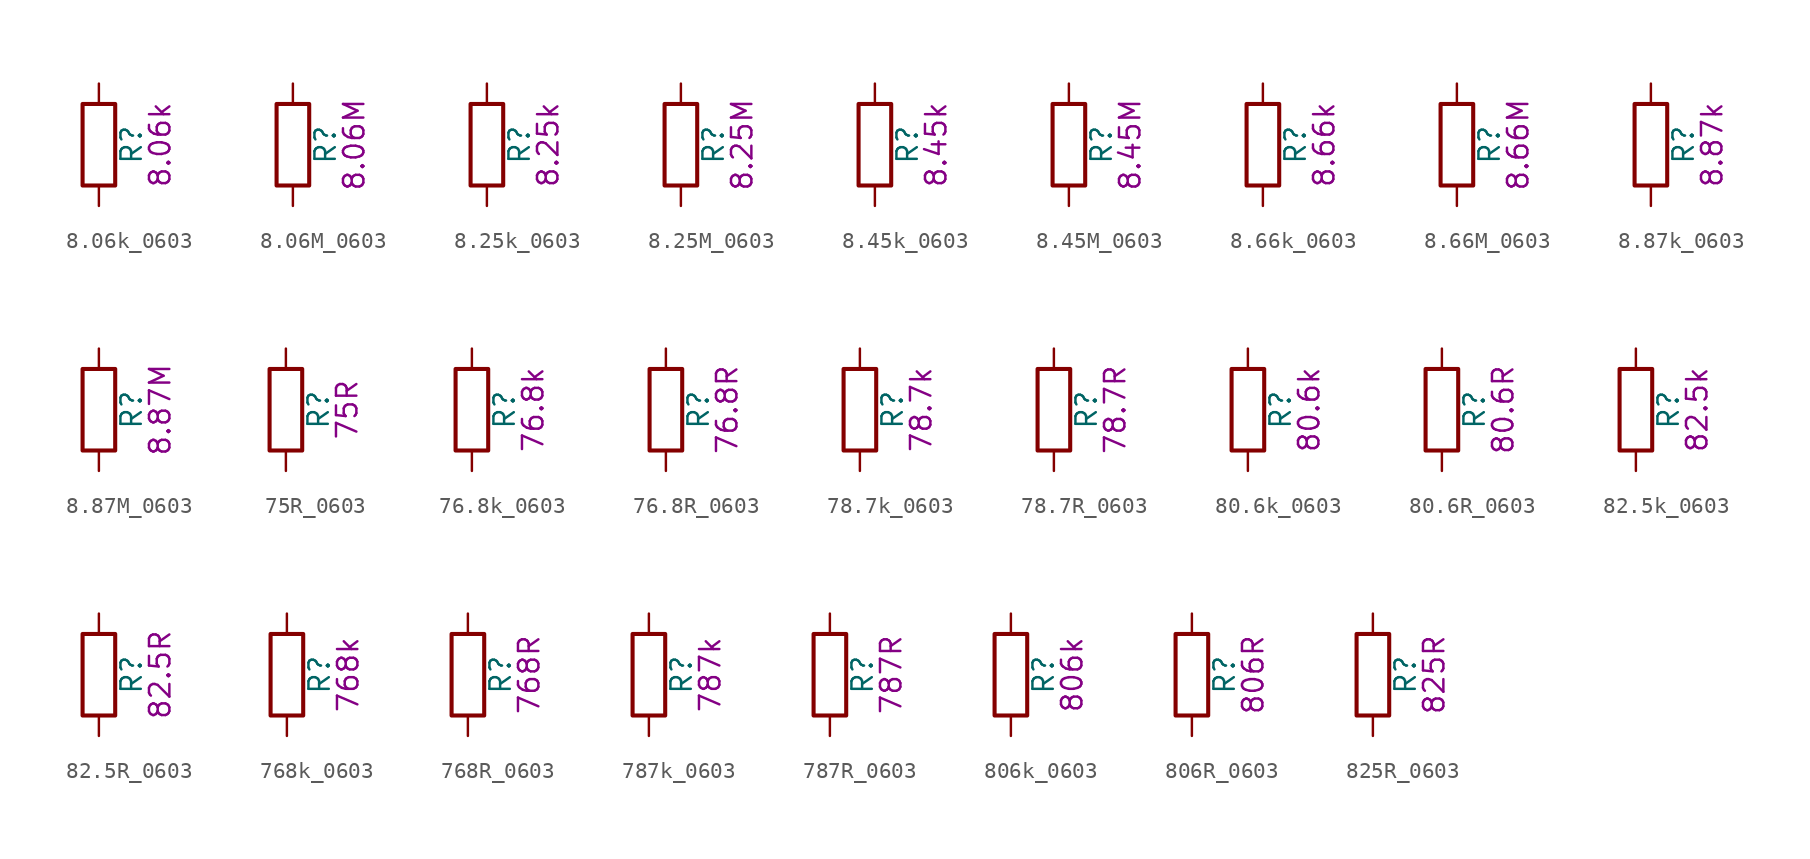
<source format=kicad_sym>
(kicad_symbol_lib
  (version 20211014)
  (generator kicad_symbol_editor)
  (symbol "8.06k_0603"
    (pin_numbers hide)
    (pin_names
      (offset 0))
    (property "Reference" "R"
      (at 2.032 0 90)
      (effects (font (size 1.27 1.27))))
    (property "Display" "8.06k"
      (at 3.81 0 90)
      (effects (font (size 1.27 1.27))))
    (symbol "8.06k_0603_0_1"
      (rectangle (start -1.016 -2.54) (end 1.016 2.54) (stroke (width 0.254) (type default) (color 0 0 0 0)) (fill (type none))))
    (symbol "8.06k_0603_1_1"
      (pin passive line (at 0 3.81 270) (length 1.27) (name "~" (effects (font (size 1.27 1.27)))) (number "1" (effects (font (size 1.27 1.27)))))
      (pin passive line (at 0 -3.81 90) (length 1.27) (name "~" (effects (font (size 1.27 1.27)))) (number "2" (effects (font (size 1.27 1.27)))))))
  (symbol "8.06M_0603"
    (pin_numbers hide)
    (pin_names
      (offset 0))
    (property "Reference" "R"
      (at 2.032 0 90)
      (effects (font (size 1.27 1.27))))
    (property "Display" "8.06M"
      (at 3.81 0 90)
      (effects (font (size 1.27 1.27))))
    (symbol "8.06M_0603_0_1"
      (rectangle (start -1.016 -2.54) (end 1.016 2.54) (stroke (width 0.254) (type default) (color 0 0 0 0)) (fill (type none))))
    (symbol "8.06M_0603_1_1"
      (pin passive line (at 0 3.81 270) (length 1.27) (name "~" (effects (font (size 1.27 1.27)))) (number "1" (effects (font (size 1.27 1.27)))))
      (pin passive line (at 0 -3.81 90) (length 1.27) (name "~" (effects (font (size 1.27 1.27)))) (number "2" (effects (font (size 1.27 1.27)))))))
  (symbol "8.25k_0603"
    (pin_numbers hide)
    (pin_names
      (offset 0))
    (property "Reference" "R"
      (at 2.032 0 90)
      (effects (font (size 1.27 1.27))))
    (property "Display" "8.25k"
      (at 3.81 0 90)
      (effects (font (size 1.27 1.27))))
    (symbol "8.25k_0603_0_1"
      (rectangle (start -1.016 -2.54) (end 1.016 2.54) (stroke (width 0.254) (type default) (color 0 0 0 0)) (fill (type none))))
    (symbol "8.25k_0603_1_1"
      (pin passive line (at 0 3.81 270) (length 1.27) (name "~" (effects (font (size 1.27 1.27)))) (number "1" (effects (font (size 1.27 1.27)))))
      (pin passive line (at 0 -3.81 90) (length 1.27) (name "~" (effects (font (size 1.27 1.27)))) (number "2" (effects (font (size 1.27 1.27)))))))
  (symbol "8.25M_0603"
    (pin_numbers hide)
    (pin_names
      (offset 0))
    (property "Reference" "R"
      (at 2.032 0 90)
      (effects (font (size 1.27 1.27))))
    (property "Display" "8.25M"
      (at 3.81 0 90)
      (effects (font (size 1.27 1.27))))
    (symbol "8.25M_0603_0_1"
      (rectangle (start -1.016 -2.54) (end 1.016 2.54) (stroke (width 0.254) (type default) (color 0 0 0 0)) (fill (type none))))
    (symbol "8.25M_0603_1_1"
      (pin passive line (at 0 3.81 270) (length 1.27) (name "~" (effects (font (size 1.27 1.27)))) (number "1" (effects (font (size 1.27 1.27)))))
      (pin passive line (at 0 -3.81 90) (length 1.27) (name "~" (effects (font (size 1.27 1.27)))) (number "2" (effects (font (size 1.27 1.27)))))))
  (symbol "8.45k_0603"
    (pin_numbers hide)
    (pin_names
      (offset 0))
    (property "Reference" "R"
      (at 2.032 0 90)
      (effects (font (size 1.27 1.27))))
    (property "Display" "8.45k"
      (at 3.81 0 90)
      (effects (font (size 1.27 1.27))))
    (symbol "8.45k_0603_0_1"
      (rectangle (start -1.016 -2.54) (end 1.016 2.54) (stroke (width 0.254) (type default) (color 0 0 0 0)) (fill (type none))))
    (symbol "8.45k_0603_1_1"
      (pin passive line (at 0 3.81 270) (length 1.27) (name "~" (effects (font (size 1.27 1.27)))) (number "1" (effects (font (size 1.27 1.27)))))
      (pin passive line (at 0 -3.81 90) (length 1.27) (name "~" (effects (font (size 1.27 1.27)))) (number "2" (effects (font (size 1.27 1.27)))))))
  (symbol "8.45M_0603"
    (pin_numbers hide)
    (pin_names
      (offset 0))
    (property "Reference" "R"
      (at 2.032 0 90)
      (effects (font (size 1.27 1.27))))
    (property "Display" "8.45M"
      (at 3.81 0 90)
      (effects (font (size 1.27 1.27))))
    (symbol "8.45M_0603_0_1"
      (rectangle (start -1.016 -2.54) (end 1.016 2.54) (stroke (width 0.254) (type default) (color 0 0 0 0)) (fill (type none))))
    (symbol "8.45M_0603_1_1"
      (pin passive line (at 0 3.81 270) (length 1.27) (name "~" (effects (font (size 1.27 1.27)))) (number "1" (effects (font (size 1.27 1.27)))))
      (pin passive line (at 0 -3.81 90) (length 1.27) (name "~" (effects (font (size 1.27 1.27)))) (number "2" (effects (font (size 1.27 1.27)))))))
  (symbol "8.66k_0603"
    (pin_numbers hide)
    (pin_names
      (offset 0))
    (property "Reference" "R"
      (at 2.032 0 90)
      (effects (font (size 1.27 1.27))))
    (property "Display" "8.66k"
      (at 3.81 0 90)
      (effects (font (size 1.27 1.27))))
    (symbol "8.66k_0603_0_1"
      (rectangle (start -1.016 -2.54) (end 1.016 2.54) (stroke (width 0.254) (type default) (color 0 0 0 0)) (fill (type none))))
    (symbol "8.66k_0603_1_1"
      (pin passive line (at 0 3.81 270) (length 1.27) (name "~" (effects (font (size 1.27 1.27)))) (number "1" (effects (font (size 1.27 1.27)))))
      (pin passive line (at 0 -3.81 90) (length 1.27) (name "~" (effects (font (size 1.27 1.27)))) (number "2" (effects (font (size 1.27 1.27)))))))
  (symbol "8.66M_0603"
    (pin_numbers hide)
    (pin_names
      (offset 0))
    (property "Reference" "R"
      (at 2.032 0 90)
      (effects (font (size 1.27 1.27))))
    (property "Display" "8.66M"
      (at 3.81 0 90)
      (effects (font (size 1.27 1.27))))
    (symbol "8.66M_0603_0_1"
      (rectangle (start -1.016 -2.54) (end 1.016 2.54) (stroke (width 0.254) (type default) (color 0 0 0 0)) (fill (type none))))
    (symbol "8.66M_0603_1_1"
      (pin passive line (at 0 3.81 270) (length 1.27) (name "~" (effects (font (size 1.27 1.27)))) (number "1" (effects (font (size 1.27 1.27)))))
      (pin passive line (at 0 -3.81 90) (length 1.27) (name "~" (effects (font (size 1.27 1.27)))) (number "2" (effects (font (size 1.27 1.27)))))))
  (symbol "8.87k_0603"
    (pin_numbers hide)
    (pin_names
      (offset 0))
    (property "Reference" "R"
      (at 2.032 0 90)
      (effects (font (size 1.27 1.27))))
    (property "Display" "8.87k"
      (at 3.81 0 90)
      (effects (font (size 1.27 1.27))))
    (symbol "8.87k_0603_0_1"
      (rectangle (start -1.016 -2.54) (end 1.016 2.54) (stroke (width 0.254) (type default) (color 0 0 0 0)) (fill (type none))))
    (symbol "8.87k_0603_1_1"
      (pin passive line (at 0 3.81 270) (length 1.27) (name "~" (effects (font (size 1.27 1.27)))) (number "1" (effects (font (size 1.27 1.27)))))
      (pin passive line (at 0 -3.81 90) (length 1.27) (name "~" (effects (font (size 1.27 1.27)))) (number "2" (effects (font (size 1.27 1.27)))))))
  (symbol "8.87M_0603"
    (pin_numbers hide)
    (pin_names
      (offset 0))
    (property "Reference" "R"
      (at 2.032 0 90)
      (effects (font (size 1.27 1.27))))
    (property "Display" "8.87M"
      (at 3.81 0 90)
      (effects (font (size 1.27 1.27))))
    (symbol "8.87M_0603_0_1"
      (rectangle (start -1.016 -2.54) (end 1.016 2.54) (stroke (width 0.254) (type default) (color 0 0 0 0)) (fill (type none))))
    (symbol "8.87M_0603_1_1"
      (pin passive line (at 0 3.81 270) (length 1.27) (name "~" (effects (font (size 1.27 1.27)))) (number "1" (effects (font (size 1.27 1.27)))))
      (pin passive line (at 0 -3.81 90) (length 1.27) (name "~" (effects (font (size 1.27 1.27)))) (number "2" (effects (font (size 1.27 1.27)))))))
  (symbol "75R_0603"
    (pin_numbers hide)
    (pin_names
      (offset 0))
    (property "Reference" "R"
      (at 2.032 0 90)
      (effects (font (size 1.27 1.27))))
    (property "Display" "75R"
      (at 3.81 0 90)
      (effects (font (size 1.27 1.27))))
    (symbol "75R_0603_0_1"
      (rectangle (start -1.016 -2.54) (end 1.016 2.54) (stroke (width 0.254) (type default) (color 0 0 0 0)) (fill (type none))))
    (symbol "75R_0603_1_1"
      (pin passive line (at 0 3.81 270) (length 1.27) (name "~" (effects (font (size 1.27 1.27)))) (number "1" (effects (font (size 1.27 1.27)))))
      (pin passive line (at 0 -3.81 90) (length 1.27) (name "~" (effects (font (size 1.27 1.27)))) (number "2" (effects (font (size 1.27 1.27)))))))
  (symbol "76.8k_0603"
    (pin_numbers hide)
    (pin_names
      (offset 0))
    (property "Reference" "R"
      (at 2.032 0 90)
      (effects (font (size 1.27 1.27))))
    (property "Display" "76.8k"
      (at 3.81 0 90)
      (effects (font (size 1.27 1.27))))
    (symbol "76.8k_0603_0_1"
      (rectangle (start -1.016 -2.54) (end 1.016 2.54) (stroke (width 0.254) (type default) (color 0 0 0 0)) (fill (type none))))
    (symbol "76.8k_0603_1_1"
      (pin passive line (at 0 3.81 270) (length 1.27) (name "~" (effects (font (size 1.27 1.27)))) (number "1" (effects (font (size 1.27 1.27)))))
      (pin passive line (at 0 -3.81 90) (length 1.27) (name "~" (effects (font (size 1.27 1.27)))) (number "2" (effects (font (size 1.27 1.27)))))))
  (symbol "76.8R_0603"
    (pin_numbers hide)
    (pin_names
      (offset 0))
    (property "Reference" "R"
      (at 2.032 0 90)
      (effects (font (size 1.27 1.27))))
    (property "Display" "76.8R"
      (at 3.81 0 90)
      (effects (font (size 1.27 1.27))))
    (symbol "76.8R_0603_0_1"
      (rectangle (start -1.016 -2.54) (end 1.016 2.54) (stroke (width 0.254) (type default) (color 0 0 0 0)) (fill (type none))))
    (symbol "76.8R_0603_1_1"
      (pin passive line (at 0 3.81 270) (length 1.27) (name "~" (effects (font (size 1.27 1.27)))) (number "1" (effects (font (size 1.27 1.27)))))
      (pin passive line (at 0 -3.81 90) (length 1.27) (name "~" (effects (font (size 1.27 1.27)))) (number "2" (effects (font (size 1.27 1.27)))))))
  (symbol "78.7k_0603"
    (pin_numbers hide)
    (pin_names
      (offset 0))
    (property "Reference" "R"
      (at 2.032 0 90)
      (effects (font (size 1.27 1.27))))
    (property "Display" "78.7k"
      (at 3.81 0 90)
      (effects (font (size 1.27 1.27))))
    (symbol "78.7k_0603_0_1"
      (rectangle (start -1.016 -2.54) (end 1.016 2.54) (stroke (width 0.254) (type default) (color 0 0 0 0)) (fill (type none))))
    (symbol "78.7k_0603_1_1"
      (pin passive line (at 0 3.81 270) (length 1.27) (name "~" (effects (font (size 1.27 1.27)))) (number "1" (effects (font (size 1.27 1.27)))))
      (pin passive line (at 0 -3.81 90) (length 1.27) (name "~" (effects (font (size 1.27 1.27)))) (number "2" (effects (font (size 1.27 1.27)))))))
  (symbol "78.7R_0603"
    (pin_numbers hide)
    (pin_names
      (offset 0))
    (property "Reference" "R"
      (at 2.032 0 90)
      (effects (font (size 1.27 1.27))))
    (property "Display" "78.7R"
      (at 3.81 0 90)
      (effects (font (size 1.27 1.27))))
    (symbol "78.7R_0603_0_1"
      (rectangle (start -1.016 -2.54) (end 1.016 2.54) (stroke (width 0.254) (type default) (color 0 0 0 0)) (fill (type none))))
    (symbol "78.7R_0603_1_1"
      (pin passive line (at 0 3.81 270) (length 1.27) (name "~" (effects (font (size 1.27 1.27)))) (number "1" (effects (font (size 1.27 1.27)))))
      (pin passive line (at 0 -3.81 90) (length 1.27) (name "~" (effects (font (size 1.27 1.27)))) (number "2" (effects (font (size 1.27 1.27)))))))
  (symbol "80.6k_0603"
    (pin_numbers hide)
    (pin_names
      (offset 0))
    (property "Reference" "R"
      (at 2.032 0 90)
      (effects (font (size 1.27 1.27))))
    (property "Display" "80.6k"
      (at 3.81 0 90)
      (effects (font (size 1.27 1.27))))
    (symbol "80.6k_0603_0_1"
      (rectangle (start -1.016 -2.54) (end 1.016 2.54) (stroke (width 0.254) (type default) (color 0 0 0 0)) (fill (type none))))
    (symbol "80.6k_0603_1_1"
      (pin passive line (at 0 3.81 270) (length 1.27) (name "~" (effects (font (size 1.27 1.27)))) (number "1" (effects (font (size 1.27 1.27)))))
      (pin passive line (at 0 -3.81 90) (length 1.27) (name "~" (effects (font (size 1.27 1.27)))) (number "2" (effects (font (size 1.27 1.27)))))))
  (symbol "80.6R_0603"
    (pin_numbers hide)
    (pin_names
      (offset 0))
    (property "Reference" "R"
      (at 2.032 0 90)
      (effects (font (size 1.27 1.27))))
    (property "Display" "80.6R"
      (at 3.81 0 90)
      (effects (font (size 1.27 1.27))))
    (symbol "80.6R_0603_0_1"
      (rectangle (start -1.016 -2.54) (end 1.016 2.54) (stroke (width 0.254) (type default) (color 0 0 0 0)) (fill (type none))))
    (symbol "80.6R_0603_1_1"
      (pin passive line (at 0 3.81 270) (length 1.27) (name "~" (effects (font (size 1.27 1.27)))) (number "1" (effects (font (size 1.27 1.27)))))
      (pin passive line (at 0 -3.81 90) (length 1.27) (name "~" (effects (font (size 1.27 1.27)))) (number "2" (effects (font (size 1.27 1.27)))))))
  (symbol "82.5k_0603"
    (pin_numbers hide)
    (pin_names
      (offset 0))
    (property "Reference" "R"
      (at 2.032 0 90)
      (effects (font (size 1.27 1.27))))
    (property "Display" "82.5k"
      (at 3.81 0 90)
      (effects (font (size 1.27 1.27))))
    (symbol "82.5k_0603_0_1"
      (rectangle (start -1.016 -2.54) (end 1.016 2.54) (stroke (width 0.254) (type default) (color 0 0 0 0)) (fill (type none))))
    (symbol "82.5k_0603_1_1"
      (pin passive line (at 0 3.81 270) (length 1.27) (name "~" (effects (font (size 1.27 1.27)))) (number "1" (effects (font (size 1.27 1.27)))))
      (pin passive line (at 0 -3.81 90) (length 1.27) (name "~" (effects (font (size 1.27 1.27)))) (number "2" (effects (font (size 1.27 1.27)))))))
  (symbol "82.5R_0603"
    (pin_numbers hide)
    (pin_names
      (offset 0))
    (property "Reference" "R"
      (at 2.032 0 90)
      (effects (font (size 1.27 1.27))))
    (property "Display" "82.5R"
      (at 3.81 0 90)
      (effects (font (size 1.27 1.27))))
    (symbol "82.5R_0603_0_1"
      (rectangle (start -1.016 -2.54) (end 1.016 2.54) (stroke (width 0.254) (type default) (color 0 0 0 0)) (fill (type none))))
    (symbol "82.5R_0603_1_1"
      (pin passive line (at 0 3.81 270) (length 1.27) (name "~" (effects (font (size 1.27 1.27)))) (number "1" (effects (font (size 1.27 1.27)))))
      (pin passive line (at 0 -3.81 90) (length 1.27) (name "~" (effects (font (size 1.27 1.27)))) (number "2" (effects (font (size 1.27 1.27)))))))
  (symbol "768k_0603"
    (pin_numbers hide)
    (pin_names
      (offset 0))
    (property "Reference" "R"
      (at 2.032 0 90)
      (effects (font (size 1.27 1.27))))
    (property "Display" "768k"
      (at 3.81 0 90)
      (effects (font (size 1.27 1.27))))
    (symbol "768k_0603_0_1"
      (rectangle (start -1.016 -2.54) (end 1.016 2.54) (stroke (width 0.254) (type default) (color 0 0 0 0)) (fill (type none))))
    (symbol "768k_0603_1_1"
      (pin passive line (at 0 3.81 270) (length 1.27) (name "~" (effects (font (size 1.27 1.27)))) (number "1" (effects (font (size 1.27 1.27)))))
      (pin passive line (at 0 -3.81 90) (length 1.27) (name "~" (effects (font (size 1.27 1.27)))) (number "2" (effects (font (size 1.27 1.27)))))))
  (symbol "768R_0603"
    (pin_numbers hide)
    (pin_names
      (offset 0))
    (property "Reference" "R"
      (at 2.032 0 90)
      (effects (font (size 1.27 1.27))))
    (property "Display" "768R"
      (at 3.81 0 90)
      (effects (font (size 1.27 1.27))))
    (symbol "768R_0603_0_1"
      (rectangle (start -1.016 -2.54) (end 1.016 2.54) (stroke (width 0.254) (type default) (color 0 0 0 0)) (fill (type none))))
    (symbol "768R_0603_1_1"
      (pin passive line (at 0 3.81 270) (length 1.27) (name "~" (effects (font (size 1.27 1.27)))) (number "1" (effects (font (size 1.27 1.27)))))
      (pin passive line (at 0 -3.81 90) (length 1.27) (name "~" (effects (font (size 1.27 1.27)))) (number "2" (effects (font (size 1.27 1.27)))))))
  (symbol "787k_0603"
    (pin_numbers hide)
    (pin_names
      (offset 0))
    (property "Reference" "R"
      (at 2.032 0 90)
      (effects (font (size 1.27 1.27))))
    (property "Display" "787k"
      (at 3.81 0 90)
      (effects (font (size 1.27 1.27))))
    (symbol "787k_0603_0_1"
      (rectangle (start -1.016 -2.54) (end 1.016 2.54) (stroke (width 0.254) (type default) (color 0 0 0 0)) (fill (type none))))
    (symbol "787k_0603_1_1"
      (pin passive line (at 0 3.81 270) (length 1.27) (name "~" (effects (font (size 1.27 1.27)))) (number "1" (effects (font (size 1.27 1.27)))))
      (pin passive line (at 0 -3.81 90) (length 1.27) (name "~" (effects (font (size 1.27 1.27)))) (number "2" (effects (font (size 1.27 1.27)))))))
  (symbol "787R_0603"
    (pin_numbers hide)
    (pin_names
      (offset 0))
    (property "Reference" "R"
      (at 2.032 0 90)
      (effects (font (size 1.27 1.27))))
    (property "Display" "787R"
      (at 3.81 0 90)
      (effects (font (size 1.27 1.27))))
    (symbol "787R_0603_0_1"
      (rectangle (start -1.016 -2.54) (end 1.016 2.54) (stroke (width 0.254) (type default) (color 0 0 0 0)) (fill (type none))))
    (symbol "787R_0603_1_1"
      (pin passive line (at 0 3.81 270) (length 1.27) (name "~" (effects (font (size 1.27 1.27)))) (number "1" (effects (font (size 1.27 1.27)))))
      (pin passive line (at 0 -3.81 90) (length 1.27) (name "~" (effects (font (size 1.27 1.27)))) (number "2" (effects (font (size 1.27 1.27)))))))
  (symbol "806k_0603"
    (pin_numbers hide)
    (pin_names
      (offset 0))
    (property "Reference" "R"
      (at 2.032 0 90)
      (effects (font (size 1.27 1.27))))
    (property "Display" "806k"
      (at 3.81 0 90)
      (effects (font (size 1.27 1.27))))
    (symbol "806k_0603_0_1"
      (rectangle (start -1.016 -2.54) (end 1.016 2.54) (stroke (width 0.254) (type default) (color 0 0 0 0)) (fill (type none))))
    (symbol "806k_0603_1_1"
      (pin passive line (at 0 3.81 270) (length 1.27) (name "~" (effects (font (size 1.27 1.27)))) (number "1" (effects (font (size 1.27 1.27)))))
      (pin passive line (at 0 -3.81 90) (length 1.27) (name "~" (effects (font (size 1.27 1.27)))) (number "2" (effects (font (size 1.27 1.27)))))))
  (symbol "806R_0603"
    (pin_numbers hide)
    (pin_names
      (offset 0))
    (property "Reference" "R"
      (at 2.032 0 90)
      (effects (font (size 1.27 1.27))))
    (property "Display" "806R"
      (at 3.81 0 90)
      (effects (font (size 1.27 1.27))))
    (symbol "806R_0603_0_1"
      (rectangle (start -1.016 -2.54) (end 1.016 2.54) (stroke (width 0.254) (type default) (color 0 0 0 0)) (fill (type none))))
    (symbol "806R_0603_1_1"
      (pin passive line (at 0 3.81 270) (length 1.27) (name "~" (effects (font (size 1.27 1.27)))) (number "1" (effects (font (size 1.27 1.27)))))
      (pin passive line (at 0 -3.81 90) (length 1.27) (name "~" (effects (font (size 1.27 1.27)))) (number "2" (effects (font (size 1.27 1.27)))))))
  (symbol "825R_0603"
    (pin_numbers hide)
    (pin_names
      (offset 0))
    (property "Reference" "R"
      (at 2.032 0 90)
      (effects (font (size 1.27 1.27))))
    (property "Display" "825R"
      (at 3.81 0 90)
      (effects (font (size 1.27 1.27))))
    (symbol "825R_0603_0_1"
      (rectangle (start -1.016 -2.54) (end 1.016 2.54) (stroke (width 0.254) (type default) (color 0 0 0 0)) (fill (type none))))
    (symbol "825R_0603_1_1"
      (pin passive line (at 0 3.81 270) (length 1.27) (name "~" (effects (font (size 1.27 1.27)))) (number "1" (effects (font (size 1.27 1.27)))))
      (pin passive line (at 0 -3.81 90) (length 1.27) (name "~" (effects (font (size 1.27 1.27)))) (number "2" (effects (font (size 1.27 1.27))))))))
</source>
